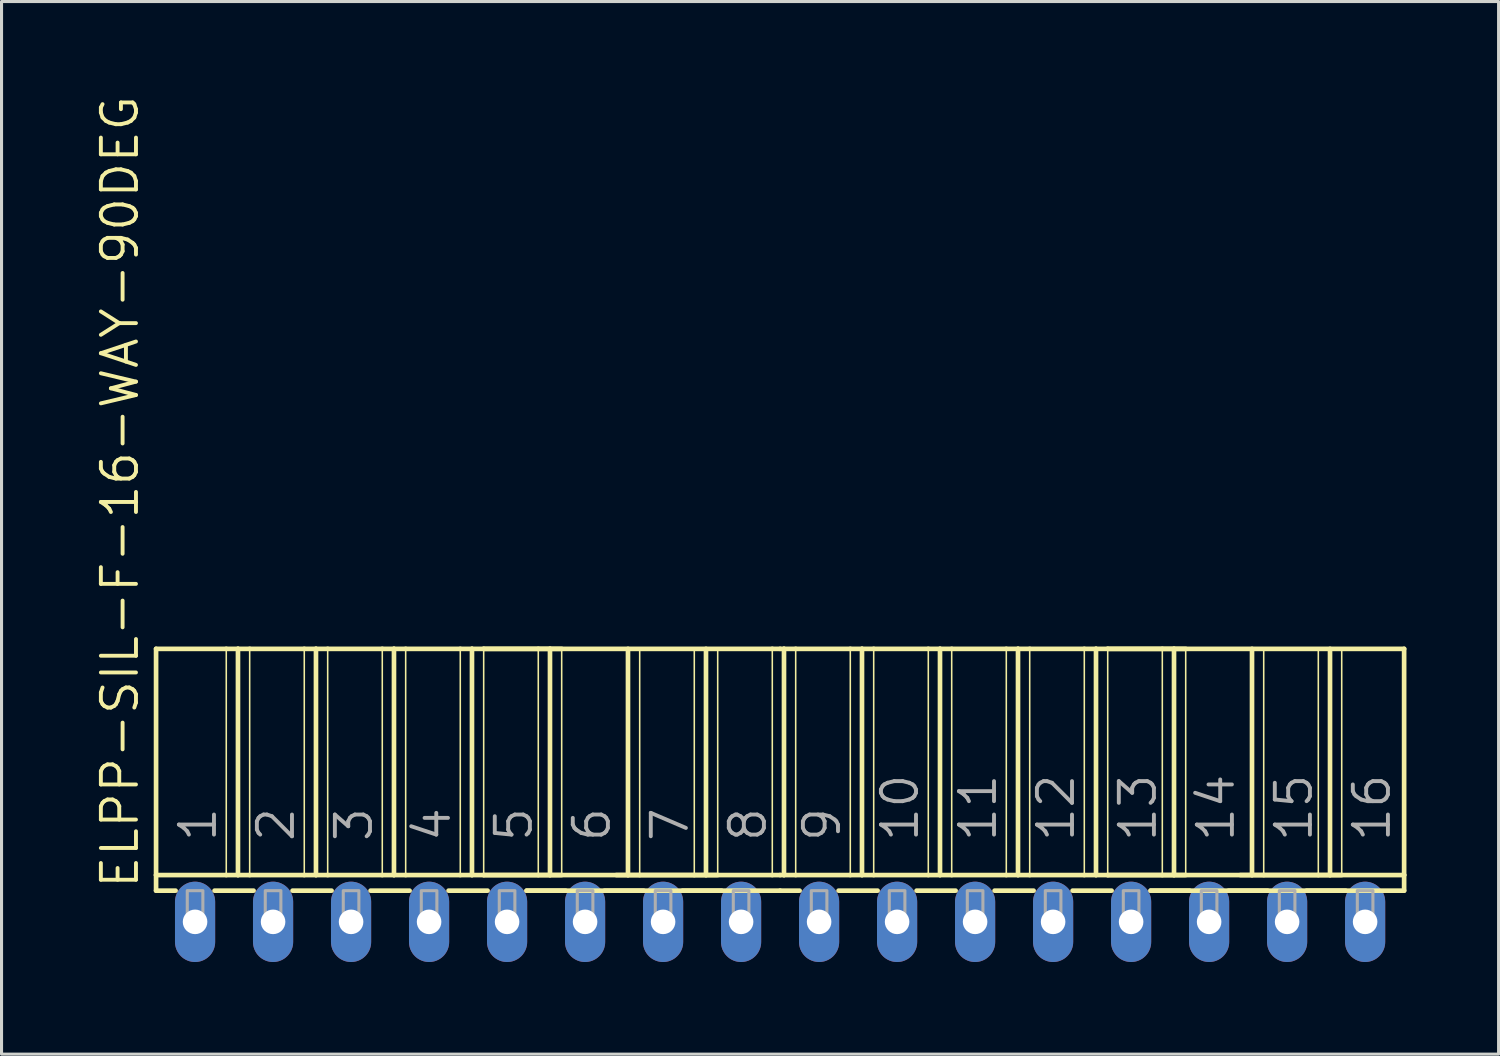
<source format=kicad_pcb>
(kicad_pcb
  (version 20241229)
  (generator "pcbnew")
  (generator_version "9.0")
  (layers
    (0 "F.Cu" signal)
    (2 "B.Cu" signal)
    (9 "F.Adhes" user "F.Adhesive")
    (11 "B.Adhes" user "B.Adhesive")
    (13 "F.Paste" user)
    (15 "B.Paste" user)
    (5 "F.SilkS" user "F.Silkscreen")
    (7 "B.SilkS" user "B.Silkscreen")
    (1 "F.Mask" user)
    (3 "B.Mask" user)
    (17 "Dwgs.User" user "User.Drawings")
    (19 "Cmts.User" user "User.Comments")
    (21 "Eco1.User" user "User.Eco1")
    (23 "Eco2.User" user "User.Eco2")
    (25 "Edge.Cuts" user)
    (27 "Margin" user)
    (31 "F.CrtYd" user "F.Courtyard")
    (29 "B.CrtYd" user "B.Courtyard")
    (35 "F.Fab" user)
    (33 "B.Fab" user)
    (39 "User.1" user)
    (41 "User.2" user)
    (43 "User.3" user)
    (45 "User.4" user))
  (footprint "ELPP-SIL-F-16-WAY-90DEG"
    (layer "F.Cu")
    (at 22.352 26.968)
    (property "Reference" "ELPP-SIL-F-16-WAY-90DEG" (at -20.828 -1.016 90) (unlocked yes) (layer "F.SilkS") (effects (font (size 1.143 1.143) (thickness 0.127)) (justify left bottom)))
    (fp_line (start -20.32 -8.89) (end -18.034 -8.89) (stroke (width 0.152) (type solid)) (layer "F.SilkS"))
    (fp_line (start -20.32 -1.524) (end -20.32 -8.89) (stroke (width 0.152) (type solid)) (layer "F.SilkS"))
    (fp_line (start -20.32 -1.524) (end -18.034 -1.524) (stroke (width 0.152) (type solid)) (layer "F.SilkS"))
    (fp_line (start -20.32 -1.016) (end -20.32 -1.524) (stroke (width 0.152) (type solid)) (layer "F.SilkS"))
    (fp_line (start -20.32 -1.016) (end -19.685 -1.016) (stroke (width 0.152) (type solid)) (layer "F.SilkS"))
    (fp_line (start -18.415 -1.016) (end -17.145 -1.016) (stroke (width 0.152) (type solid)) (layer "F.SilkS"))
    (fp_line (start -18.034 -8.89) (end -18.034 -1.524) (stroke (width 0.051) (type solid)) (layer "F.SilkS"))
    (fp_line (start -18.034 -8.89) (end -17.653 -8.89) (stroke (width 0.152) (type solid)) (layer "F.SilkS"))
    (fp_line (start -18.034 -1.524) (end -17.653 -1.524) (stroke (width 0.152) (type solid)) (layer "F.SilkS"))
    (fp_line (start -17.653 -8.89) (end -17.653 -1.524) (stroke (width 0.152) (type solid)) (layer "F.SilkS"))
    (fp_line (start -17.653 -8.89) (end -17.272 -8.89) (stroke (width 0.152) (type solid)) (layer "F.SilkS"))
    (fp_line (start -17.653 -1.524) (end -17.272 -1.524) (stroke (width 0.152) (type solid)) (layer "F.SilkS"))
    (fp_line (start -17.272 -8.89) (end -17.272 -1.524) (stroke (width 0.051) (type solid)) (layer "F.SilkS"))
    (fp_line (start -17.272 -8.89) (end -15.494 -8.89) (stroke (width 0.152) (type solid)) (layer "F.SilkS"))
    (fp_line (start -17.272 -1.524) (end -15.494 -1.524) (stroke (width 0.152) (type solid)) (layer "F.SilkS"))
    (fp_line (start -15.875 -1.016) (end -14.605 -1.016) (stroke (width 0.152) (type solid)) (layer "F.SilkS"))
    (fp_line (start -15.494 -8.89) (end -15.494 -1.524) (stroke (width 0.051) (type solid)) (layer "F.SilkS"))
    (fp_line (start -15.494 -8.89) (end -15.113 -8.89) (stroke (width 0.152) (type solid)) (layer "F.SilkS"))
    (fp_line (start -15.494 -1.524) (end -15.113 -1.524) (stroke (width 0.152) (type solid)) (layer "F.SilkS"))
    (fp_line (start -15.113 -8.89) (end -15.113 -1.524) (stroke (width 0.152) (type solid)) (layer "F.SilkS"))
    (fp_line (start -15.113 -8.89) (end -14.732 -8.89) (stroke (width 0.152) (type solid)) (layer "F.SilkS"))
    (fp_line (start -15.113 -1.524) (end -14.732 -1.524) (stroke (width 0.152) (type solid)) (layer "F.SilkS"))
    (fp_line (start -14.732 -8.89) (end -14.732 -1.524) (stroke (width 0.051) (type solid)) (layer "F.SilkS"))
    (fp_line (start -14.732 -8.89) (end -12.954 -8.89) (stroke (width 0.152) (type solid)) (layer "F.SilkS"))
    (fp_line (start -14.732 -1.524) (end -12.954 -1.524) (stroke (width 0.152) (type solid)) (layer "F.SilkS"))
    (fp_line (start -13.335 -1.016) (end -12.065 -1.016) (stroke (width 0.152) (type solid)) (layer "F.SilkS"))
    (fp_line (start -12.954 -8.89) (end -12.954 -1.524) (stroke (width 0.051) (type solid)) (layer "F.SilkS"))
    (fp_line (start -12.954 -8.89) (end -12.573 -8.89) (stroke (width 0.152) (type solid)) (layer "F.SilkS"))
    (fp_line (start -12.954 -1.524) (end -12.573 -1.524) (stroke (width 0.152) (type solid)) (layer "F.SilkS"))
    (fp_line (start -12.573 -8.89) (end -12.573 -1.524) (stroke (width 0.152) (type solid)) (layer "F.SilkS"))
    (fp_line (start -12.573 -8.89) (end -12.192 -8.89) (stroke (width 0.152) (type solid)) (layer "F.SilkS"))
    (fp_line (start -12.573 -1.524) (end -12.192 -1.524) (stroke (width 0.152) (type solid)) (layer "F.SilkS"))
    (fp_line (start -12.192 -8.89) (end -12.192 -1.524) (stroke (width 0.051) (type solid)) (layer "F.SilkS"))
    (fp_line (start -12.192 -8.89) (end -10.414 -8.89) (stroke (width 0.152) (type solid)) (layer "F.SilkS"))
    (fp_line (start -12.192 -1.524) (end -10.414 -1.524) (stroke (width 0.152) (type solid)) (layer "F.SilkS"))
    (fp_line (start -10.795 -1.016) (end -9.525 -1.016) (stroke (width 0.152) (type solid)) (layer "F.SilkS"))
    (fp_line (start -10.414 -8.89) (end -10.414 -1.524) (stroke (width 0.051) (type solid)) (layer "F.SilkS"))
    (fp_line (start -10.414 -8.89) (end -10.033 -8.89) (stroke (width 0.152) (type solid)) (layer "F.SilkS"))
    (fp_line (start -10.414 -1.524) (end -10.033 -1.524) (stroke (width 0.152) (type solid)) (layer "F.SilkS"))
    (fp_line (start -10.033 -8.89) (end -10.033 -1.524) (stroke (width 0.152) (type solid)) (layer "F.SilkS"))
    (fp_line (start -10.033 -8.89) (end -9.652 -8.89) (stroke (width 0.152) (type solid)) (layer "F.SilkS"))
    (fp_line (start -10.033 -1.524) (end -9.652 -1.524) (stroke (width 0.152) (type solid)) (layer "F.SilkS"))
    (fp_line (start -9.652 -8.89) (end -9.652 -1.524) (stroke (width 0.051) (type solid)) (layer "F.SilkS"))
    (fp_line (start -9.652 -8.89) (end -7.874 -8.89) (stroke (width 0.152) (type solid)) (layer "F.SilkS"))
    (fp_line (start -9.652 -8.89) (end -0.254 -8.89) (stroke (width 0.152) (type solid)) (layer "F.SilkS"))
    (fp_line (start -9.652 -1.524) (end -7.874 -1.524) (stroke (width 0.152) (type solid)) (layer "F.SilkS"))
    (fp_line (start -9.652 -1.524) (end -0.254 -1.524) (stroke (width 0.152) (type solid)) (layer "F.SilkS"))
    (fp_line (start -8.255 -1.016) (end -6.985 -1.016) (stroke (width 0.152) (type solid)) (layer "F.SilkS"))
    (fp_line (start -8.255 -1.016) (end 0 -1.016) (stroke (width 0.152) (type solid)) (layer "F.SilkS"))
    (fp_line (start -7.874 -8.89) (end -7.874 -1.524) (stroke (width 0.051) (type solid)) (layer "F.SilkS"))
    (fp_line (start -7.874 -8.89) (end -7.493 -8.89) (stroke (width 0.152) (type solid)) (layer "F.SilkS"))
    (fp_line (start -7.874 -1.524) (end -7.493 -1.524) (stroke (width 0.152) (type solid)) (layer "F.SilkS"))
    (fp_line (start -7.493 -8.89) (end -7.493 -1.524) (stroke (width 0.152) (type solid)) (layer "F.SilkS"))
    (fp_line (start -7.493 -8.89) (end -7.112 -8.89) (stroke (width 0.152) (type solid)) (layer "F.SilkS"))
    (fp_line (start -7.493 -1.524) (end -7.112 -1.524) (stroke (width 0.152) (type solid)) (layer "F.SilkS"))
    (fp_line (start -7.112 -8.89) (end -7.112 -1.524) (stroke (width 0.051) (type solid)) (layer "F.SilkS"))
    (fp_line (start -5.715 -1.016) (end -4.445 -1.016) (stroke (width 0.152) (type solid)) (layer "F.SilkS"))
    (fp_line (start -5.334 -1.524) (end -4.953 -1.524) (stroke (width 0.152) (type solid)) (layer "F.SilkS"))
    (fp_line (start -4.953 -8.89) (end -4.953 -1.524) (stroke (width 0.152) (type solid)) (layer "F.SilkS"))
    (fp_line (start -4.953 -1.524) (end -4.572 -1.524) (stroke (width 0.152) (type solid)) (layer "F.SilkS"))
    (fp_line (start -4.572 -8.89) (end -4.572 -1.524) (stroke (width 0.051) (type solid)) (layer "F.SilkS"))
    (fp_line (start -4.572 -1.524) (end -2.794 -1.524) (stroke (width 0.152) (type solid)) (layer "F.SilkS"))
    (fp_line (start -3.175 -1.016) (end -1.905 -1.016) (stroke (width 0.152) (type solid)) (layer "F.SilkS"))
    (fp_line (start -2.794 -8.89) (end -2.794 -1.524) (stroke (width 0.051) (type solid)) (layer "F.SilkS"))
    (fp_line (start -2.794 -1.524) (end -2.413 -1.524) (stroke (width 0.152) (type solid)) (layer "F.SilkS"))
    (fp_line (start -2.413 -8.89) (end -2.413 -1.524) (stroke (width 0.152) (type solid)) (layer "F.SilkS"))
    (fp_line (start -2.413 -1.524) (end -2.032 -1.524) (stroke (width 0.152) (type solid)) (layer "F.SilkS"))
    (fp_line (start -2.032 -8.89) (end -2.032 -1.524) (stroke (width 0.051) (type solid)) (layer "F.SilkS"))
    (fp_line (start -0.254 -8.89) (end -0.254 -1.524) (stroke (width 0.051) (type solid)) (layer "F.SilkS"))
    (fp_line (start -0.254 -8.89) (end 0 -8.89) (stroke (width 0.152) (type solid)) (layer "F.SilkS"))
    (fp_line (start -0.254 -1.524) (end 0 -1.524) (stroke (width 0.152) (type solid)) (layer "F.SilkS"))
    (fp_line (start 0 -8.89) (end 0.127 -8.89) (stroke (width 0.152) (type solid)) (layer "F.SilkS"))
    (fp_line (start 0 -1.524) (end 0.127 -1.524) (stroke (width 0.152) (type solid)) (layer "F.SilkS"))
    (fp_line (start 0 -1.016) (end 0.635 -1.016) (stroke (width 0.152) (type solid)) (layer "F.SilkS"))
    (fp_line (start 0.127 -8.89) (end 0.127 -1.524) (stroke (width 0.152) (type solid)) (layer "F.SilkS"))
    (fp_line (start 0.127 -8.89) (end 0.508 -8.89) (stroke (width 0.152) (type solid)) (layer "F.SilkS"))
    (fp_line (start 0.127 -1.524) (end 0.508 -1.524) (stroke (width 0.152) (type solid)) (layer "F.SilkS"))
    (fp_line (start 0.508 -8.89) (end 0.508 -1.524) (stroke (width 0.051) (type solid)) (layer "F.SilkS"))
    (fp_line (start 0.508 -8.89) (end 2.286 -8.89) (stroke (width 0.152) (type solid)) (layer "F.SilkS"))
    (fp_line (start 0.508 -1.524) (end 2.286 -1.524) (stroke (width 0.152) (type solid)) (layer "F.SilkS"))
    (fp_line (start 1.905 -1.016) (end 3.175 -1.016) (stroke (width 0.152) (type solid)) (layer "F.SilkS"))
    (fp_line (start 2.286 -8.89) (end 2.286 -1.524) (stroke (width 0.051) (type solid)) (layer "F.SilkS"))
    (fp_line (start 2.286 -8.89) (end 2.667 -8.89) (stroke (width 0.152) (type solid)) (layer "F.SilkS"))
    (fp_line (start 2.286 -1.524) (end 2.667 -1.524) (stroke (width 0.152) (type solid)) (layer "F.SilkS"))
    (fp_line (start 2.667 -8.89) (end 2.667 -1.524) (stroke (width 0.152) (type solid)) (layer "F.SilkS"))
    (fp_line (start 2.667 -8.89) (end 3.048 -8.89) (stroke (width 0.152) (type solid)) (layer "F.SilkS"))
    (fp_line (start 2.667 -1.524) (end 3.048 -1.524) (stroke (width 0.152) (type solid)) (layer "F.SilkS"))
    (fp_line (start 3.048 -8.89) (end 3.048 -1.524) (stroke (width 0.051) (type solid)) (layer "F.SilkS"))
    (fp_line (start 3.048 -8.89) (end 4.826 -8.89) (stroke (width 0.152) (type solid)) (layer "F.SilkS"))
    (fp_line (start 3.048 -1.524) (end 4.826 -1.524) (stroke (width 0.152) (type solid)) (layer "F.SilkS"))
    (fp_line (start 4.445 -1.016) (end 5.715 -1.016) (stroke (width 0.152) (type solid)) (layer "F.SilkS"))
    (fp_line (start 4.826 -8.89) (end 4.826 -1.524) (stroke (width 0.051) (type solid)) (layer "F.SilkS"))
    (fp_line (start 4.826 -8.89) (end 5.207 -8.89) (stroke (width 0.152) (type solid)) (layer "F.SilkS"))
    (fp_line (start 4.826 -1.524) (end 5.207 -1.524) (stroke (width 0.152) (type solid)) (layer "F.SilkS"))
    (fp_line (start 5.207 -8.89) (end 5.207 -1.524) (stroke (width 0.152) (type solid)) (layer "F.SilkS"))
    (fp_line (start 5.207 -8.89) (end 5.588 -8.89) (stroke (width 0.152) (type solid)) (layer "F.SilkS"))
    (fp_line (start 5.207 -1.524) (end 5.588 -1.524) (stroke (width 0.152) (type solid)) (layer "F.SilkS"))
    (fp_line (start 5.588 -8.89) (end 5.588 -1.524) (stroke (width 0.051) (type solid)) (layer "F.SilkS"))
    (fp_line (start 5.588 -8.89) (end 7.366 -8.89) (stroke (width 0.152) (type solid)) (layer "F.SilkS"))
    (fp_line (start 5.588 -1.524) (end 7.366 -1.524) (stroke (width 0.152) (type solid)) (layer "F.SilkS"))
    (fp_line (start 6.985 -1.016) (end 8.255 -1.016) (stroke (width 0.152) (type solid)) (layer "F.SilkS"))
    (fp_line (start 7.366 -8.89) (end 7.366 -1.524) (stroke (width 0.051) (type solid)) (layer "F.SilkS"))
    (fp_line (start 7.366 -8.89) (end 7.747 -8.89) (stroke (width 0.152) (type solid)) (layer "F.SilkS"))
    (fp_line (start 7.366 -1.524) (end 7.747 -1.524) (stroke (width 0.152) (type solid)) (layer "F.SilkS"))
    (fp_line (start 7.747 -8.89) (end 7.747 -1.524) (stroke (width 0.152) (type solid)) (layer "F.SilkS"))
    (fp_line (start 7.747 -8.89) (end 8.128 -8.89) (stroke (width 0.152) (type solid)) (layer "F.SilkS"))
    (fp_line (start 7.747 -1.524) (end 8.128 -1.524) (stroke (width 0.152) (type solid)) (layer "F.SilkS"))
    (fp_line (start 8.128 -8.89) (end 8.128 -1.524) (stroke (width 0.051) (type solid)) (layer "F.SilkS"))
    (fp_line (start 8.128 -8.89) (end 9.906 -8.89) (stroke (width 0.152) (type solid)) (layer "F.SilkS"))
    (fp_line (start 8.128 -1.524) (end 9.906 -1.524) (stroke (width 0.152) (type solid)) (layer "F.SilkS"))
    (fp_line (start 9.525 -1.016) (end 10.795 -1.016) (stroke (width 0.152) (type solid)) (layer "F.SilkS"))
    (fp_line (start 9.906 -8.89) (end 9.906 -1.524) (stroke (width 0.051) (type solid)) (layer "F.SilkS"))
    (fp_line (start 9.906 -8.89) (end 10.287 -8.89) (stroke (width 0.152) (type solid)) (layer "F.SilkS"))
    (fp_line (start 9.906 -1.524) (end 10.287 -1.524) (stroke (width 0.152) (type solid)) (layer "F.SilkS"))
    (fp_line (start 10.287 -8.89) (end 10.287 -1.524) (stroke (width 0.152) (type solid)) (layer "F.SilkS"))
    (fp_line (start 10.287 -8.89) (end 10.668 -8.89) (stroke (width 0.152) (type solid)) (layer "F.SilkS"))
    (fp_line (start 10.287 -1.524) (end 10.668 -1.524) (stroke (width 0.152) (type solid)) (layer "F.SilkS"))
    (fp_line (start 10.668 -8.89) (end 10.668 -1.524) (stroke (width 0.051) (type solid)) (layer "F.SilkS"))
    (fp_line (start 10.668 -8.89) (end 12.446 -8.89) (stroke (width 0.152) (type solid)) (layer "F.SilkS"))
    (fp_line (start 10.668 -8.89) (end 20.32 -8.89) (stroke (width 0.152) (type solid)) (layer "F.SilkS"))
    (fp_line (start 10.668 -1.524) (end 12.446 -1.524) (stroke (width 0.152) (type solid)) (layer "F.SilkS"))
    (fp_line (start 10.668 -1.524) (end 20.32 -1.524) (stroke (width 0.152) (type solid)) (layer "F.SilkS"))
    (fp_line (start 12.065 -1.016) (end 13.335 -1.016) (stroke (width 0.152) (type solid)) (layer "F.SilkS"))
    (fp_line (start 12.065 -1.016) (end 20.32 -1.016) (stroke (width 0.152) (type solid)) (layer "F.SilkS"))
    (fp_line (start 12.446 -8.89) (end 12.446 -1.524) (stroke (width 0.051) (type solid)) (layer "F.SilkS"))
    (fp_line (start 12.446 -8.89) (end 12.827 -8.89) (stroke (width 0.152) (type solid)) (layer "F.SilkS"))
    (fp_line (start 12.446 -1.524) (end 12.827 -1.524) (stroke (width 0.152) (type solid)) (layer "F.SilkS"))
    (fp_line (start 12.827 -8.89) (end 12.827 -1.524) (stroke (width 0.152) (type solid)) (layer "F.SilkS"))
    (fp_line (start 12.827 -8.89) (end 13.208 -8.89) (stroke (width 0.152) (type solid)) (layer "F.SilkS"))
    (fp_line (start 12.827 -1.524) (end 13.208 -1.524) (stroke (width 0.152) (type solid)) (layer "F.SilkS"))
    (fp_line (start 13.208 -8.89) (end 13.208 -1.524) (stroke (width 0.051) (type solid)) (layer "F.SilkS"))
    (fp_line (start 14.605 -1.016) (end 15.875 -1.016) (stroke (width 0.152) (type solid)) (layer "F.SilkS"))
    (fp_line (start 14.986 -1.524) (end 15.367 -1.524) (stroke (width 0.152) (type solid)) (layer "F.SilkS"))
    (fp_line (start 15.367 -8.89) (end 15.367 -1.524) (stroke (width 0.152) (type solid)) (layer "F.SilkS"))
    (fp_line (start 15.367 -1.524) (end 15.748 -1.524) (stroke (width 0.152) (type solid)) (layer "F.SilkS"))
    (fp_line (start 15.748 -8.89) (end 15.748 -1.524) (stroke (width 0.051) (type solid)) (layer "F.SilkS"))
    (fp_line (start 15.748 -1.524) (end 17.526 -1.524) (stroke (width 0.152) (type solid)) (layer "F.SilkS"))
    (fp_line (start 17.145 -1.016) (end 18.415 -1.016) (stroke (width 0.152) (type solid)) (layer "F.SilkS"))
    (fp_line (start 17.526 -8.89) (end 17.526 -1.524) (stroke (width 0.051) (type solid)) (layer "F.SilkS"))
    (fp_line (start 17.526 -1.524) (end 17.907 -1.524) (stroke (width 0.152) (type solid)) (layer "F.SilkS"))
    (fp_line (start 17.907 -8.89) (end 17.907 -1.524) (stroke (width 0.152) (type solid)) (layer "F.SilkS"))
    (fp_line (start 17.907 -1.524) (end 18.288 -1.524) (stroke (width 0.152) (type solid)) (layer "F.SilkS"))
    (fp_line (start 18.288 -8.89) (end 18.288 -1.524) (stroke (width 0.051) (type solid)) (layer "F.SilkS"))
    (fp_line (start 20.32 -8.89) (end 20.32 -1.524) (stroke (width 0.152) (type solid)) (layer "F.SilkS"))
    (fp_line (start 20.32 -1.524) (end 20.32 -1.016) (stroke (width 0.152) (type solid)) (layer "F.SilkS"))
    (fp_poly (pts (xy -19.304 0) (xy -18.796 0) (xy -18.796 -1.016) (xy -19.304 -1.016)) (stroke (width 0.1) (type default)) (fill no) (layer "F.Fab"))
    (fp_poly (pts (xy -16.764 0) (xy -16.256 0) (xy -16.256 -1.016) (xy -16.764 -1.016)) (stroke (width 0.1) (type default)) (fill no) (layer "F.Fab"))
    (fp_poly (pts (xy -14.224 0) (xy -13.716 0) (xy -13.716 -1.016) (xy -14.224 -1.016)) (stroke (width 0.1) (type default)) (fill no) (layer "F.Fab"))
    (fp_poly (pts (xy -11.684 0) (xy -11.176 0) (xy -11.176 -1.016) (xy -11.684 -1.016)) (stroke (width 0.1) (type default)) (fill no) (layer "F.Fab"))
    (fp_poly (pts (xy -9.144 0) (xy -8.636 0) (xy -8.636 -1.016) (xy -9.144 -1.016)) (stroke (width 0.1) (type default)) (fill no) (layer "F.Fab"))
    (fp_poly (pts (xy -6.604 0) (xy -6.096 0) (xy -6.096 -1.016) (xy -6.604 -1.016)) (stroke (width 0.1) (type default)) (fill no) (layer "F.Fab"))
    (fp_poly (pts (xy -4.064 0) (xy -3.556 0) (xy -3.556 -1.016) (xy -4.064 -1.016)) (stroke (width 0.1) (type default)) (fill no) (layer "F.Fab"))
    (fp_poly (pts (xy -1.524 0) (xy -1.016 0) (xy -1.016 -1.016) (xy -1.524 -1.016)) (stroke (width 0.1) (type default)) (fill no) (layer "F.Fab"))
    (fp_poly (pts (xy 1.016 0) (xy 1.524 0) (xy 1.524 -1.016) (xy 1.016 -1.016)) (stroke (width 0.1) (type default)) (fill no) (layer "F.Fab"))
    (fp_poly (pts (xy 3.556 0) (xy 4.064 0) (xy 4.064 -1.016) (xy 3.556 -1.016)) (stroke (width 0.1) (type default)) (fill no) (layer "F.Fab"))
    (fp_poly (pts (xy 6.096 0) (xy 6.604 0) (xy 6.604 -1.016) (xy 6.096 -1.016)) (stroke (width 0.1) (type default)) (fill no) (layer "F.Fab"))
    (fp_poly (pts (xy 8.636 0) (xy 9.144 0) (xy 9.144 -1.016) (xy 8.636 -1.016)) (stroke (width 0.1) (type default)) (fill no) (layer "F.Fab"))
    (fp_poly (pts (xy 11.176 0) (xy 11.684 0) (xy 11.684 -1.016) (xy 11.176 -1.016)) (stroke (width 0.1) (type default)) (fill no) (layer "F.Fab"))
    (fp_poly (pts (xy 13.716 0) (xy 14.224 0) (xy 14.224 -1.016) (xy 13.716 -1.016)) (stroke (width 0.1) (type default)) (fill no) (layer "F.Fab"))
    (fp_poly (pts (xy 16.256 0) (xy 16.764 0) (xy 16.764 -1.016) (xy 16.256 -1.016)) (stroke (width 0.1) (type default)) (fill no) (layer "F.Fab"))
    (fp_poly (pts (xy 18.796 0) (xy 19.304 0) (xy 19.304 -1.016) (xy 18.796 -1.016)) (stroke (width 0.1) (type default)) (fill no) (layer "F.Fab"))
    (fp_text user "5" (at -8.001 -2.54 90) (layer "F.Fab") (effects (font (size 1.143 1.143) (thickness 0.127)) (justify left bottom)))
    (fp_text user "12" (at 9.652 -2.54 90) (layer "F.Fab") (effects (font (size 1.143 1.143) (thickness 0.127)) (justify left bottom)))
    (fp_text user "8" (at -0.381 -2.54 90) (layer "F.Fab") (effects (font (size 1.143 1.143) (thickness 0.127)) (justify left bottom)))
    (fp_text user "4" (at -10.668 -2.54 90) (layer "F.Fab") (effects (font (size 1.143 1.143) (thickness 0.127)) (justify left bottom)))
    (fp_text user "1" (at -18.288 -2.54 90) (layer "F.Fab") (effects (font (size 1.143 1.143) (thickness 0.127)) (justify left bottom)))
    (fp_text user "2" (at -15.748 -2.54 90) (layer "F.Fab") (effects (font (size 1.143 1.143) (thickness 0.127)) (justify left bottom)))
    (fp_text user "9" (at 2.032 -2.54 90) (layer "F.Fab") (effects (font (size 1.143 1.143) (thickness 0.127)) (justify left bottom)))
    (fp_text user "10" (at 4.572 -2.54 90) (layer "F.Fab") (effects (font (size 1.143 1.143) (thickness 0.127)) (justify left bottom)))
    (fp_text user "7" (at -2.921 -2.54 90) (layer "F.Fab") (effects (font (size 1.143 1.143) (thickness 0.127)) (justify left bottom)))
    (fp_text user "3" (at -13.208 -2.54 90) (layer "F.Fab") (effects (font (size 1.143 1.143) (thickness 0.127)) (justify left bottom)))
    (fp_text user "15" (at 17.399 -2.54 90) (layer "F.Fab") (effects (font (size 1.143 1.143) (thickness 0.127)) (justify left bottom)))
    (fp_text user "14" (at 14.859 -2.54 90) (layer "F.Fab") (effects (font (size 1.143 1.143) (thickness 0.127)) (justify left bottom)))
    (fp_text user "6" (at -5.461 -2.54 90) (layer "F.Fab") (effects (font (size 1.143 1.143) (thickness 0.127)) (justify left bottom)))
    (fp_text user "13" (at 12.319 -2.54 90) (layer "F.Fab") (effects (font (size 1.143 1.143) (thickness 0.127)) (justify left bottom)))
    (fp_text user "11" (at 7.112 -2.54 90) (layer "F.Fab") (effects (font (size 1.143 1.143) (thickness 0.127)) (justify left bottom)))
    (fp_text user "16" (at 19.939 -2.54 90) (layer "F.Fab") (effects (font (size 1.143 1.143) (thickness 0.127)) (justify left bottom)))
    (pad "1" thru_hole oval (at -19.05 0 90) (size 2.616 1.308) (drill 0.8) (layers "*.Cu" "*.Mask"))
    (pad "2" thru_hole oval (at -16.51 0 90) (size 2.616 1.308) (drill 0.8) (layers "*.Cu" "*.Mask"))
    (pad "3" thru_hole oval (at -13.97 0 90) (size 2.616 1.308) (drill 0.8) (layers "*.Cu" "*.Mask"))
    (pad "4" thru_hole oval (at -11.43 0 90) (size 2.616 1.308) (drill 0.8) (layers "*.Cu" "*.Mask"))
    (pad "5" thru_hole oval (at -8.89 0 90) (size 2.616 1.308) (drill 0.8) (layers "*.Cu" "*.Mask"))
    (pad "6" thru_hole oval (at -6.35 0 90) (size 2.616 1.308) (drill 0.8) (layers "*.Cu" "*.Mask"))
    (pad "7" thru_hole oval (at -3.81 0 90) (size 2.616 1.308) (drill 0.8) (layers "*.Cu" "*.Mask"))
    (pad "8" thru_hole oval (at -1.27 0 90) (size 2.616 1.308) (drill 0.8) (layers "*.Cu" "*.Mask"))
    (pad "9" thru_hole oval (at 1.27 0 90) (size 2.616 1.308) (drill 0.8) (layers "*.Cu" "*.Mask"))
    (pad "10" thru_hole oval (at 3.81 0 90) (size 2.616 1.308) (drill 0.8) (layers "*.Cu" "*.Mask"))
    (pad "11" thru_hole oval (at 6.35 0 90) (size 2.616 1.308) (drill 0.8) (layers "*.Cu" "*.Mask"))
    (pad "12" thru_hole oval (at 8.89 0 90) (size 2.616 1.308) (drill 0.8) (layers "*.Cu" "*.Mask"))
    (pad "13" thru_hole oval (at 11.43 0 90) (size 2.616 1.308) (drill 0.8) (layers "*.Cu" "*.Mask"))
    (pad "14" thru_hole oval (at 13.97 0 90) (size 2.616 1.308) (drill 0.8) (layers "*.Cu" "*.Mask"))
    (pad "15" thru_hole oval (at 16.51 0 90) (size 2.616 1.308) (drill 0.8) (layers "*.Cu" "*.Mask"))
    (pad "16" thru_hole oval (at 19.05 0 90) (size 2.616 1.308) (drill 0.8) (layers "*.Cu" "*.Mask")))
  (gr_rect
    (start -3 -3)
    (end 45.748 31.276)
    (stroke (width 0.1) (type default))
    (fill no)
    (layer "Edge.Cuts")))
</source>
